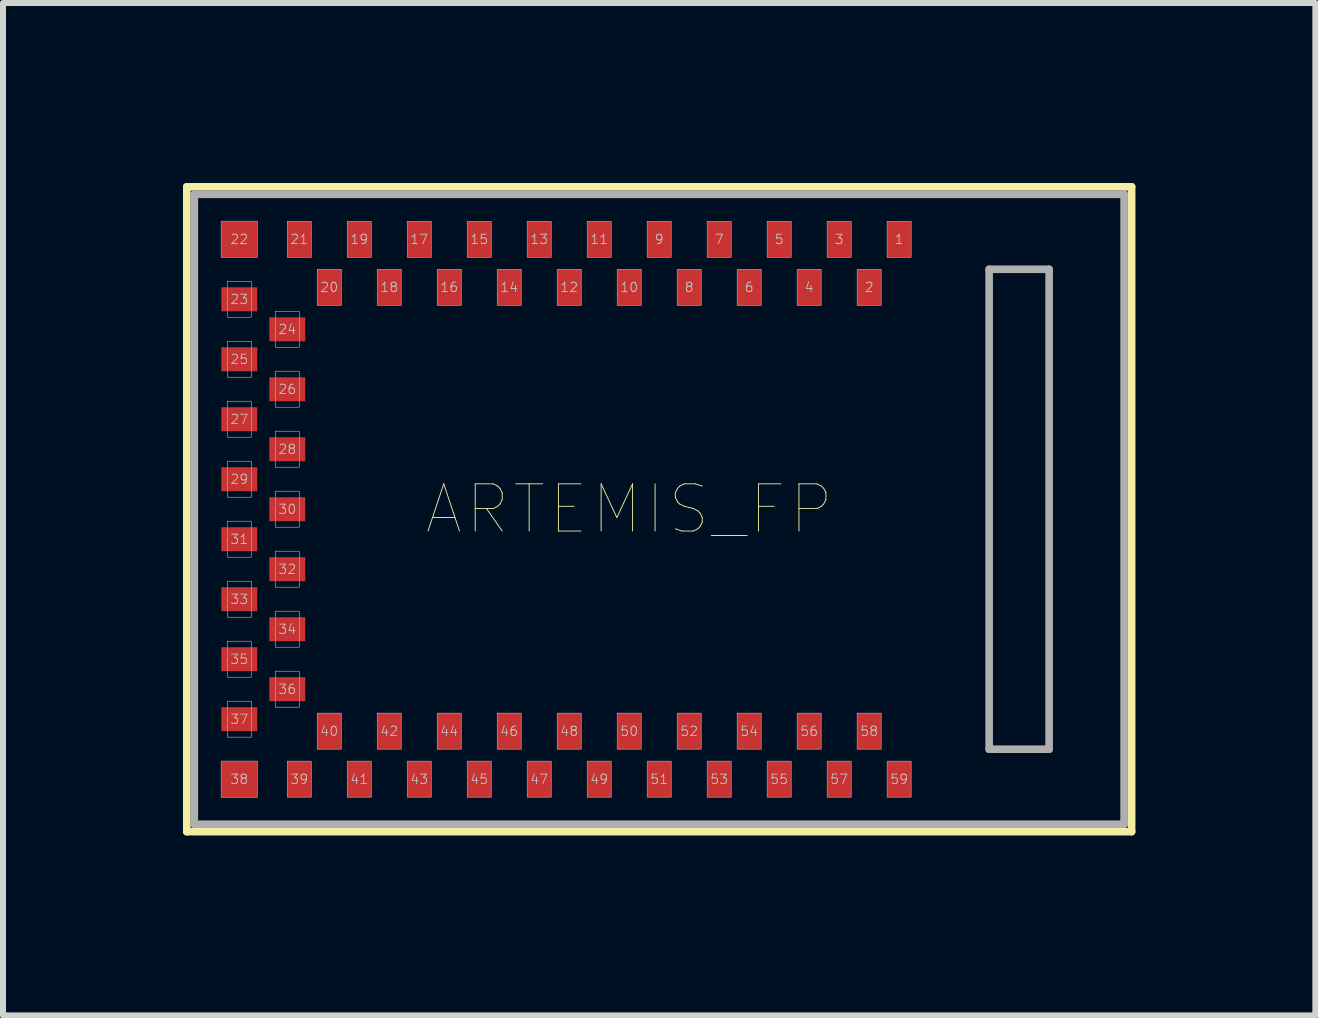
<source format=kicad_pcb>
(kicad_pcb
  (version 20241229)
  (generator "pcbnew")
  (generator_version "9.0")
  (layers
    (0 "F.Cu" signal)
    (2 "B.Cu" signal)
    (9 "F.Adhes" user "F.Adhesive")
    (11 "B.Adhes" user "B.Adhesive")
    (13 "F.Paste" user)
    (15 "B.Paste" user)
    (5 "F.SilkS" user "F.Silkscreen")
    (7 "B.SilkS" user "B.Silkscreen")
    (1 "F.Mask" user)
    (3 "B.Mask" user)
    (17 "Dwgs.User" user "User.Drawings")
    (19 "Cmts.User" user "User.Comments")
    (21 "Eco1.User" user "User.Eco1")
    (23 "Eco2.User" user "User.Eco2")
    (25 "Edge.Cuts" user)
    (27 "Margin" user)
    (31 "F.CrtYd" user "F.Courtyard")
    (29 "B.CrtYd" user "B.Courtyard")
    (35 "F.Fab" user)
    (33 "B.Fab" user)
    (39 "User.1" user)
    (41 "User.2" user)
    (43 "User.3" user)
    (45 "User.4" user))
  (footprint "ARTEMIS_FP"
    (layer "F.Cu")
    (at 7.439 5.439)
    (property "Reference" "ARTEMIS_FP" (at 0 0 0) (layer "F.SilkS") (effects (font (size 0.787 0.787) (thickness 0.015))))
    (attr through_hole)
    (fp_line (start -7.375 -5.375) (end -7.375 5.375) (stroke (width 0.127) (type solid)) (layer "F.SilkS"))
    (fp_line (start -7.375 5.375) (end 8.375 5.375) (stroke (width 0.127) (type solid)) (layer "F.SilkS"))
    (fp_line (start 8.375 -5.375) (end -7.375 -5.375) (stroke (width 0.127) (type solid)) (layer "F.SilkS"))
    (fp_line (start 8.375 5.375) (end 8.375 -5.375) (stroke (width 0.127) (type solid)) (layer "F.SilkS"))
    (fp_line (start -7.25 -5.25) (end -7.25 5.25) (stroke (width 0.127) (type solid)) (layer "F.Fab"))
    (fp_line (start -7.25 5.25) (end 8.25 5.25) (stroke (width 0.127) (type solid)) (layer "F.Fab"))
    (fp_line (start 6 -4) (end 7 -4) (stroke (width 0.127) (type solid)) (layer "F.Fab"))
    (fp_line (start 6 4) (end 6 -4) (stroke (width 0.127) (type solid)) (layer "F.Fab"))
    (fp_line (start 7 -4) (end 7 4) (stroke (width 0.127) (type solid)) (layer "F.Fab"))
    (fp_line (start 7 4) (end 6 4) (stroke (width 0.127) (type solid)) (layer "F.Fab"))
    (fp_line (start 8.25 -5.25) (end -7.25 -5.25) (stroke (width 0.127) (type solid)) (layer "F.Fab"))
    (fp_line (start 8.25 5.25) (end 8.25 -5.25) (stroke (width 0.127) (type solid)) (layer "F.Fab"))
    (fp_poly (pts (xy -6.802 -4.802) (xy -6.198 -4.802) (xy -6.198 -4.198) (xy -6.802 -4.198)) (stroke (width 0.01) (type solid)) (fill no) (layer "F.Fab"))
    (fp_poly (pts (xy -6.802 4.198) (xy -6.198 4.198) (xy -6.198 4.802) (xy -6.802 4.802)) (stroke (width 0.01) (type solid)) (fill no) (layer "F.Fab"))
    (fp_poly (pts (xy -6.7 -3.8) (xy -6.3 -3.8) (xy -6.3 -3.2) (xy -6.7 -3.2)) (stroke (width 0.01) (type solid)) (fill no) (layer "F.Fab"))
    (fp_poly (pts (xy -6.7 -2.8) (xy -6.3 -2.8) (xy -6.3 -2.2) (xy -6.7 -2.2)) (stroke (width 0.01) (type solid)) (fill no) (layer "F.Fab"))
    (fp_poly (pts (xy -6.7 -1.8) (xy -6.3 -1.8) (xy -6.3 -1.2) (xy -6.7 -1.2)) (stroke (width 0.01) (type solid)) (fill no) (layer "F.Fab"))
    (fp_poly (pts (xy -6.7 -0.8) (xy -6.3 -0.8) (xy -6.3 -0.2) (xy -6.7 -0.2)) (stroke (width 0.01) (type solid)) (fill no) (layer "F.Fab"))
    (fp_poly (pts (xy -6.7 0.2) (xy -6.3 0.2) (xy -6.3 0.8) (xy -6.7 0.8)) (stroke (width 0.01) (type solid)) (fill no) (layer "F.Fab"))
    (fp_poly (pts (xy -6.7 1.2) (xy -6.3 1.2) (xy -6.3 1.8) (xy -6.7 1.8)) (stroke (width 0.01) (type solid)) (fill no) (layer "F.Fab"))
    (fp_poly (pts (xy -6.7 2.2) (xy -6.3 2.2) (xy -6.3 2.8) (xy -6.7 2.8)) (stroke (width 0.01) (type solid)) (fill no) (layer "F.Fab"))
    (fp_poly (pts (xy -6.7 3.2) (xy -6.3 3.2) (xy -6.3 3.8) (xy -6.7 3.8)) (stroke (width 0.01) (type solid)) (fill no) (layer "F.Fab"))
    (fp_poly (pts (xy -5.9 -3.3) (xy -5.5 -3.3) (xy -5.5 -2.7) (xy -5.9 -2.7)) (stroke (width 0.01) (type solid)) (fill no) (layer "F.Fab"))
    (fp_poly (pts (xy -5.9 -2.3) (xy -5.5 -2.3) (xy -5.5 -1.7) (xy -5.9 -1.7)) (stroke (width 0.01) (type solid)) (fill no) (layer "F.Fab"))
    (fp_poly (pts (xy -5.9 -1.3) (xy -5.5 -1.3) (xy -5.5 -0.7) (xy -5.9 -0.7)) (stroke (width 0.01) (type solid)) (fill no) (layer "F.Fab"))
    (fp_poly (pts (xy -5.9 -0.3) (xy -5.5 -0.3) (xy -5.5 0.3) (xy -5.9 0.3)) (stroke (width 0.01) (type solid)) (fill no) (layer "F.Fab"))
    (fp_poly (pts (xy -5.9 0.7) (xy -5.5 0.7) (xy -5.5 1.3) (xy -5.9 1.3)) (stroke (width 0.01) (type solid)) (fill no) (layer "F.Fab"))
    (fp_poly (pts (xy -5.9 1.7) (xy -5.5 1.7) (xy -5.5 2.3) (xy -5.9 2.3)) (stroke (width 0.01) (type solid)) (fill no) (layer "F.Fab"))
    (fp_poly (pts (xy -5.9 2.7) (xy -5.5 2.7) (xy -5.5 3.3) (xy -5.9 3.3)) (stroke (width 0.01) (type solid)) (fill no) (layer "F.Fab"))
    (fp_poly (pts (xy -5.7 -4.8) (xy -5.3 -4.8) (xy -5.3 -4.2) (xy -5.7 -4.2)) (stroke (width 0.01) (type solid)) (fill no) (layer "F.Fab"))
    (fp_poly (pts (xy -5.7 4.2) (xy -5.3 4.2) (xy -5.3 4.8) (xy -5.7 4.8)) (stroke (width 0.01) (type solid)) (fill no) (layer "F.Fab"))
    (fp_poly (pts (xy -5.2 -4) (xy -4.8 -4) (xy -4.8 -3.4) (xy -5.2 -3.4)) (stroke (width 0.01) (type solid)) (fill no) (layer "F.Fab"))
    (fp_poly (pts (xy -5.2 3.4) (xy -4.8 3.4) (xy -4.8 4) (xy -5.2 4)) (stroke (width 0.01) (type solid)) (fill no) (layer "F.Fab"))
    (fp_poly (pts (xy -4.7 -4.8) (xy -4.3 -4.8) (xy -4.3 -4.2) (xy -4.7 -4.2)) (stroke (width 0.01) (type solid)) (fill no) (layer "F.Fab"))
    (fp_poly (pts (xy -4.7 4.2) (xy -4.3 4.2) (xy -4.3 4.8) (xy -4.7 4.8)) (stroke (width 0.01) (type solid)) (fill no) (layer "F.Fab"))
    (fp_poly (pts (xy -4.2 -4) (xy -3.8 -4) (xy -3.8 -3.4) (xy -4.2 -3.4)) (stroke (width 0.01) (type solid)) (fill no) (layer "F.Fab"))
    (fp_poly (pts (xy -4.2 3.4) (xy -3.8 3.4) (xy -3.8 4) (xy -4.2 4)) (stroke (width 0.01) (type solid)) (fill no) (layer "F.Fab"))
    (fp_poly (pts (xy -3.7 -4.8) (xy -3.3 -4.8) (xy -3.3 -4.2) (xy -3.7 -4.2)) (stroke (width 0.01) (type solid)) (fill no) (layer "F.Fab"))
    (fp_poly (pts (xy -3.7 4.2) (xy -3.3 4.2) (xy -3.3 4.8) (xy -3.7 4.8)) (stroke (width 0.01) (type solid)) (fill no) (layer "F.Fab"))
    (fp_poly (pts (xy -3.2 -4) (xy -2.8 -4) (xy -2.8 -3.4) (xy -3.2 -3.4)) (stroke (width 0.01) (type solid)) (fill no) (layer "F.Fab"))
    (fp_poly (pts (xy -3.2 3.4) (xy -2.8 3.4) (xy -2.8 4) (xy -3.2 4)) (stroke (width 0.01) (type solid)) (fill no) (layer "F.Fab"))
    (fp_poly (pts (xy -2.7 -4.8) (xy -2.3 -4.8) (xy -2.3 -4.2) (xy -2.7 -4.2)) (stroke (width 0.01) (type solid)) (fill no) (layer "F.Fab"))
    (fp_poly (pts (xy -2.7 4.2) (xy -2.3 4.2) (xy -2.3 4.8) (xy -2.7 4.8)) (stroke (width 0.01) (type solid)) (fill no) (layer "F.Fab"))
    (fp_poly (pts (xy -2.2 -4) (xy -1.8 -4) (xy -1.8 -3.4) (xy -2.2 -3.4)) (stroke (width 0.01) (type solid)) (fill no) (layer "F.Fab"))
    (fp_poly (pts (xy -2.2 3.4) (xy -1.8 3.4) (xy -1.8 4) (xy -2.2 4)) (stroke (width 0.01) (type solid)) (fill no) (layer "F.Fab"))
    (fp_poly (pts (xy -1.7 -4.8) (xy -1.3 -4.8) (xy -1.3 -4.2) (xy -1.7 -4.2)) (stroke (width 0.01) (type solid)) (fill no) (layer "F.Fab"))
    (fp_poly (pts (xy -1.7 4.2) (xy -1.3 4.2) (xy -1.3 4.8) (xy -1.7 4.8)) (stroke (width 0.01) (type solid)) (fill no) (layer "F.Fab"))
    (fp_poly (pts (xy -1.2 -4) (xy -0.8 -4) (xy -0.8 -3.4) (xy -1.2 -3.4)) (stroke (width 0.01) (type solid)) (fill no) (layer "F.Fab"))
    (fp_poly (pts (xy -1.2 3.4) (xy -0.8 3.4) (xy -0.8 4) (xy -1.2 4)) (stroke (width 0.01) (type solid)) (fill no) (layer "F.Fab"))
    (fp_poly (pts (xy -0.7 -4.8) (xy -0.3 -4.8) (xy -0.3 -4.2) (xy -0.7 -4.2)) (stroke (width 0.01) (type solid)) (fill no) (layer "F.Fab"))
    (fp_poly (pts (xy -0.7 4.2) (xy -0.3 4.2) (xy -0.3 4.8) (xy -0.7 4.8)) (stroke (width 0.01) (type solid)) (fill no) (layer "F.Fab"))
    (fp_poly (pts (xy -0.2 -4) (xy 0.2 -4) (xy 0.2 -3.4) (xy -0.2 -3.4)) (stroke (width 0.01) (type solid)) (fill no) (layer "F.Fab"))
    (fp_poly (pts (xy -0.2 3.4) (xy 0.2 3.4) (xy 0.2 4) (xy -0.2 4)) (stroke (width 0.01) (type solid)) (fill no) (layer "F.Fab"))
    (fp_poly (pts (xy 0.3 -4.8) (xy 0.7 -4.8) (xy 0.7 -4.2) (xy 0.3 -4.2)) (stroke (width 0.01) (type solid)) (fill no) (layer "F.Fab"))
    (fp_poly (pts (xy 0.3 4.2) (xy 0.7 4.2) (xy 0.7 4.8) (xy 0.3 4.8)) (stroke (width 0.01) (type solid)) (fill no) (layer "F.Fab"))
    (fp_poly (pts (xy 0.8 -4) (xy 1.2 -4) (xy 1.2 -3.4) (xy 0.8 -3.4)) (stroke (width 0.01) (type solid)) (fill no) (layer "F.Fab"))
    (fp_poly (pts (xy 0.8 3.4) (xy 1.2 3.4) (xy 1.2 4) (xy 0.8 4)) (stroke (width 0.01) (type solid)) (fill no) (layer "F.Fab"))
    (fp_poly (pts (xy 1.3 -4.8) (xy 1.7 -4.8) (xy 1.7 -4.2) (xy 1.3 -4.2)) (stroke (width 0.01) (type solid)) (fill no) (layer "F.Fab"))
    (fp_poly (pts (xy 1.3 4.2) (xy 1.7 4.2) (xy 1.7 4.8) (xy 1.3 4.8)) (stroke (width 0.01) (type solid)) (fill no) (layer "F.Fab"))
    (fp_poly (pts (xy 1.8 -4) (xy 2.2 -4) (xy 2.2 -3.4) (xy 1.8 -3.4)) (stroke (width 0.01) (type solid)) (fill no) (layer "F.Fab"))
    (fp_poly (pts (xy 1.8 3.4) (xy 2.2 3.4) (xy 2.2 4) (xy 1.8 4)) (stroke (width 0.01) (type solid)) (fill no) (layer "F.Fab"))
    (fp_poly (pts (xy 2.3 -4.8) (xy 2.7 -4.8) (xy 2.7 -4.2) (xy 2.3 -4.2)) (stroke (width 0.01) (type solid)) (fill no) (layer "F.Fab"))
    (fp_poly (pts (xy 2.3 4.2) (xy 2.7 4.2) (xy 2.7 4.8) (xy 2.3 4.8)) (stroke (width 0.01) (type solid)) (fill no) (layer "F.Fab"))
    (fp_poly (pts (xy 2.8 -4) (xy 3.2 -4) (xy 3.2 -3.4) (xy 2.8 -3.4)) (stroke (width 0.01) (type solid)) (fill no) (layer "F.Fab"))
    (fp_poly (pts (xy 2.8 3.4) (xy 3.2 3.4) (xy 3.2 4) (xy 2.8 4)) (stroke (width 0.01) (type solid)) (fill no) (layer "F.Fab"))
    (fp_poly (pts (xy 3.3 -4.8) (xy 3.7 -4.8) (xy 3.7 -4.2) (xy 3.3 -4.2)) (stroke (width 0.01) (type solid)) (fill no) (layer "F.Fab"))
    (fp_poly (pts (xy 3.3 4.2) (xy 3.7 4.2) (xy 3.7 4.8) (xy 3.3 4.8)) (stroke (width 0.01) (type solid)) (fill no) (layer "F.Fab"))
    (fp_poly (pts (xy 3.8 -4) (xy 4.2 -4) (xy 4.2 -3.4) (xy 3.8 -3.4)) (stroke (width 0.01) (type solid)) (fill no) (layer "F.Fab"))
    (fp_poly (pts (xy 3.8 3.4) (xy 4.2 3.4) (xy 4.2 4) (xy 3.8 4)) (stroke (width 0.01) (type solid)) (fill no) (layer "F.Fab"))
    (fp_poly (pts (xy 4.3 -4.8) (xy 4.7 -4.8) (xy 4.7 -4.2) (xy 4.3 -4.2)) (stroke (width 0.01) (type solid)) (fill no) (layer "F.Fab"))
    (fp_poly (pts (xy 4.3 4.2) (xy 4.7 4.2) (xy 4.7 4.8) (xy 4.3 4.8)) (stroke (width 0.01) (type solid)) (fill no) (layer "F.Fab"))
    (fp_text user "34" (at -5.7 2 0) (layer "Dwgs.User") (effects (font (size 0.157 0.157) (thickness 0.015))))
    (fp_text user "24" (at -5.7 -3 0) (layer "Dwgs.User") (effects (font (size 0.157 0.157) (thickness 0.015))))
    (fp_text user "32" (at -5.7 1 0) (layer "Dwgs.User") (effects (font (size 0.157 0.157) (thickness 0.015))))
    (fp_text user "11" (at -0.5 -4.5 0) (layer "Dwgs.User") (effects (font (size 0.157 0.157) (thickness 0.015))))
    (fp_text user "43" (at -3.5 4.5 0) (layer "Dwgs.User") (effects (font (size 0.157 0.157) (thickness 0.015))))
    (fp_text user "12" (at -1 -3.7 0) (layer "Dwgs.User") (effects (font (size 0.157 0.157) (thickness 0.015))))
    (fp_text user "33" (at -6.5 1.5 0) (layer "Dwgs.User") (effects (font (size 0.157 0.157) (thickness 0.015))))
    (fp_text user "22" (at -6.5 -4.5 0) (layer "Dwgs.User") (effects (font (size 0.157 0.157) (thickness 0.015))))
    (fp_text user "1" (at 4.5 -4.5 0) (layer "Dwgs.User") (effects (font (size 0.157 0.157) (thickness 0.015))))
    (fp_text user "6" (at 2 -3.7 0) (layer "Dwgs.User") (effects (font (size 0.157 0.157) (thickness 0.015))))
    (fp_text user "48" (at -1 3.7 0) (layer "Dwgs.User") (effects (font (size 0.157 0.157) (thickness 0.015))))
    (fp_text user "55" (at 2.5 4.5 0) (layer "Dwgs.User") (effects (font (size 0.157 0.157) (thickness 0.015))))
    (fp_text user "51" (at 0.5 4.5 0) (layer "Dwgs.User") (effects (font (size 0.157 0.157) (thickness 0.015))))
    (fp_text user "44" (at -3 3.7 0) (layer "Dwgs.User") (effects (font (size 0.157 0.157) (thickness 0.015))))
    (fp_text user "36" (at -5.7 3 0) (layer "Dwgs.User") (effects (font (size 0.157 0.157) (thickness 0.015))))
    (fp_text user "30" (at -5.7 0 0) (layer "Dwgs.User") (effects (font (size 0.157 0.157) (thickness 0.015))))
    (fp_text user "49" (at -0.5 4.5 0) (layer "Dwgs.User") (effects (font (size 0.157 0.157) (thickness 0.015))))
    (fp_text user "38" (at -6.5 4.5 0) (layer "Dwgs.User") (effects (font (size 0.157 0.157) (thickness 0.015))))
    (fp_text user "2" (at 4 -3.7 0) (layer "Dwgs.User") (effects (font (size 0.157 0.157) (thickness 0.015))))
    (fp_text user "37" (at -6.5 3.5 0) (layer "Dwgs.User") (effects (font (size 0.157 0.157) (thickness 0.015))))
    (fp_text user "21" (at -5.5 -4.5 0) (layer "Dwgs.User") (effects (font (size 0.157 0.157) (thickness 0.015))))
    (fp_text user "40" (at -5 3.7 0) (layer "Dwgs.User") (effects (font (size 0.157 0.157) (thickness 0.015))))
    (fp_text user "8" (at 1 -3.7 0) (layer "Dwgs.User") (effects (font (size 0.157 0.157) (thickness 0.015))))
    (fp_text user "46" (at -2 3.7 0) (layer "Dwgs.User") (effects (font (size 0.157 0.157) (thickness 0.015))))
    (fp_text user "53" (at 1.5 4.5 0) (layer "Dwgs.User") (effects (font (size 0.157 0.157) (thickness 0.015))))
    (fp_text user "31" (at -6.5 0.5 0) (layer "Dwgs.User") (effects (font (size 0.157 0.157) (thickness 0.015))))
    (fp_text user "27" (at -6.5 -1.5 0) (layer "Dwgs.User") (effects (font (size 0.157 0.157) (thickness 0.015))))
    (fp_text user "19" (at -4.5 -4.5 0) (layer "Dwgs.User") (effects (font (size 0.157 0.157) (thickness 0.015))))
    (fp_text user "26" (at -5.7 -2 0) (layer "Dwgs.User") (effects (font (size 0.157 0.157) (thickness 0.015))))
    (fp_text user "54" (at 2 3.7 0) (layer "Dwgs.User") (effects (font (size 0.157 0.157) (thickness 0.015))))
    (fp_text user "16" (at -3 -3.7 0) (layer "Dwgs.User") (effects (font (size 0.157 0.157) (thickness 0.015))))
    (fp_text user "58" (at 4 3.7 0) (layer "Dwgs.User") (effects (font (size 0.157 0.157) (thickness 0.015))))
    (fp_text user "14" (at -2 -3.7 0) (layer "Dwgs.User") (effects (font (size 0.157 0.157) (thickness 0.015))))
    (fp_text user "29" (at -6.5 -0.5 0) (layer "Dwgs.User") (effects (font (size 0.157 0.157) (thickness 0.015))))
    (fp_text user "45" (at -2.5 4.5 0) (layer "Dwgs.User") (effects (font (size 0.157 0.157) (thickness 0.015))))
    (fp_text user "18" (at -4 -3.7 0) (layer "Dwgs.User") (effects (font (size 0.157 0.157) (thickness 0.015))))
    (fp_text user "41" (at -4.5 4.5 0) (layer "Dwgs.User") (effects (font (size 0.157 0.157) (thickness 0.015))))
    (fp_text user "57" (at 3.5 4.5 0) (layer "Dwgs.User") (effects (font (size 0.157 0.157) (thickness 0.015))))
    (fp_text user "7" (at 1.5 -4.5 0) (layer "Dwgs.User") (effects (font (size 0.157 0.157) (thickness 0.015))))
    (fp_text user "5" (at 2.5 -4.5 0) (layer "Dwgs.User") (effects (font (size 0.157 0.157) (thickness 0.015))))
    (fp_text user "56" (at 3 3.7 0) (layer "Dwgs.User") (effects (font (size 0.157 0.157) (thickness 0.015))))
    (fp_text user "39" (at -5.5 4.5 0) (layer "Dwgs.User") (effects (font (size 0.157 0.157) (thickness 0.015))))
    (fp_text user "52" (at 1 3.7 0) (layer "Dwgs.User") (effects (font (size 0.157 0.157) (thickness 0.015))))
    (fp_text user "15" (at -2.5 -4.5 0) (layer "Dwgs.User") (effects (font (size 0.157 0.157) (thickness 0.015))))
    (fp_text user "28" (at -5.7 -1 0) (layer "Dwgs.User") (effects (font (size 0.157 0.157) (thickness 0.015))))
    (fp_text user "13" (at -1.5 -4.5 0) (layer "Dwgs.User") (effects (font (size 0.157 0.157) (thickness 0.015))))
    (fp_text user "23" (at -6.5 -3.5 0) (layer "Dwgs.User") (effects (font (size 0.157 0.157) (thickness 0.015))))
    (fp_text user "50" (at 0 3.7 0) (layer "Dwgs.User") (effects (font (size 0.157 0.157) (thickness 0.015))))
    (fp_text user "47" (at -1.5 4.5 0) (layer "Dwgs.User") (effects (font (size 0.157 0.157) (thickness 0.015))))
    (fp_text user "4" (at 3 -3.7 0) (layer "Dwgs.User") (effects (font (size 0.157 0.157) (thickness 0.015))))
    (fp_text user "25" (at -6.5 -2.5 0) (layer "Dwgs.User") (effects (font (size 0.157 0.157) (thickness 0.015))))
    (fp_text user "10" (at 0 -3.7 0) (layer "Dwgs.User") (effects (font (size 0.157 0.157) (thickness 0.015))))
    (fp_text user "20" (at -5 -3.7 0) (layer "Dwgs.User") (effects (font (size 0.157 0.157) (thickness 0.015))))
    (fp_text user "42" (at -4 3.7 0) (layer "Dwgs.User") (effects (font (size 0.157 0.157) (thickness 0.015))))
    (fp_text user "3" (at 3.5 -4.5 0) (layer "Dwgs.User") (effects (font (size 0.157 0.157) (thickness 0.015))))
    (fp_text user "17" (at -3.5 -4.5 0) (layer "Dwgs.User") (effects (font (size 0.157 0.157) (thickness 0.015))))
    (fp_text user "9" (at 0.5 -4.5 0) (layer "Dwgs.User") (effects (font (size 0.157 0.157) (thickness 0.015))))
    (fp_text user "35" (at -6.5 2.5 0) (layer "Dwgs.User") (effects (font (size 0.157 0.157) (thickness 0.015))))
    (fp_text user "59" (at 4.5 4.5 0) (layer "Dwgs.User") (effects (font (size 0.157 0.157) (thickness 0.015))))
    (pad "AD16" smd rect (at -4 3.7) (size 0.4 0.6) (layers "F.Cu" "F.Mask" "F.Paste"))
    (pad "AD34" smd rect (at -6.5 0.5) (size 0.6 0.4) (layers "F.Cu" "F.Mask" "F.Paste"))
    (pad "BOOT" smd rect (at 1.5 -4.5) (size 0.4 0.6) (layers "F.Cu" "F.Mask" "F.Paste"))
    (pad "D0" smd rect (at 0.5 4.5) (size 0.4 0.6) (layers "F.Cu" "F.Mask" "F.Paste"))
    (pad "D1" smd rect (at -0.5 4.5) (size 0.4 0.6) (layers "F.Cu" "F.Mask" "F.Paste"))
    (pad "D2" smd rect (at -1 3.7) (size 0.4 0.6) (layers "F.Cu" "F.Mask" "F.Paste"))
    (pad "D3" smd rect (at 2 3.7) (size 0.4 0.6) (layers "F.Cu" "F.Mask" "F.Paste"))
    (pad "D7" smd rect (at -1.5 -4.5) (size 0.4 0.6) (layers "F.Cu" "F.Mask" "F.Paste"))
    (pad "D8" smd rect (at -0.5 -4.5) (size 0.4 0.6) (layers "F.Cu" "F.Mask" "F.Paste"))
    (pad "D9" smd rect (at 2 -3.7) (size 0.4 0.6) (layers "F.Cu" "F.Mask" "F.Paste"))
    (pad "D10" smd rect (at 1 -3.7) (size 0.4 0.6) (layers "F.Cu" "F.Mask" "F.Paste"))
    (pad "D14" smd rect (at -5 -3.7) (size 0.4 0.6) (layers "F.Cu" "F.Mask" "F.Paste"))
    (pad "D15" smd rect (at -6.5 -0.5) (size 0.6 0.4) (layers "F.Cu" "F.Mask" "F.Paste"))
    (pad "D17" smd rect (at -3.5 4.5) (size 0.4 0.6) (layers "F.Cu" "F.Mask" "F.Paste"))
    (pad "D36" smd rect (at 2.5 4.5) (size 0.4 0.6) (layers "F.Cu" "F.Mask" "F.Paste"))
    (pad "D38" smd rect (at 3 3.7) (size 0.4 0.6) (layers "F.Cu" "F.Mask" "F.Paste"))
    (pad "D40" smd rect (at 2.5 -4.5) (size 0.4 0.6) (layers "F.Cu" "F.Mask" "F.Paste"))
    (pad "D41" smd rect (at -2.5 4.5) (size 0.4 0.6) (layers "F.Cu" "F.Mask" "F.Paste"))
    (pad "GND@1" smd rect (at 4.5 -4.5) (size 0.4 0.6) (layers "F.Cu" "F.Mask" "F.Paste"))
    (pad "GND@22" smd rect (at -6.5 -4.5) (size 0.6 0.6) (layers "F.Cu" "F.Mask" "F.Paste"))
    (pad "GND@38" smd rect (at -6.5 4.5) (size 0.6 0.6) (layers "F.Cu" "F.Mask" "F.Paste"))
    (pad "GND@39" smd rect (at -5.5 4.5) (size 0.4 0.6) (layers "F.Cu" "F.Mask" "F.Paste"))
    (pad "GND@47" smd rect (at -1.5 4.5) (size 0.4 0.6) (layers "F.Cu" "F.Mask" "F.Paste"))
    (pad "GND@59" smd rect (at 4.5 4.5) (size 0.4 0.6) (layers "F.Cu" "F.Mask" "F.Paste"))
    (pad "RXI0" smd rect (at 3.5 -4.5) (size 0.4 0.6) (layers "F.Cu" "F.Mask" "F.Paste"))
    (pad "SWDCK" smd rect (at 4 -3.7) (size 0.4 0.6) (layers "F.Cu" "F.Mask" "F.Paste"))
    (pad "SWDIO" smd rect (at 0 -3.7) (size 0.4 0.6) (layers "F.Cu" "F.Mask" "F.Paste"))
    (pad "TXO0" smd rect (at 0.5 -4.5) (size 0.4 0.6) (layers "F.Cu" "F.Mask" "F.Paste"))
    (pad "VDD@36" smd rect (at -5.7 3) (size 0.6 0.4) (layers "F.Cu" "F.Mask" "F.Paste"))
    (pad "VDD@37" smd rect (at -6.5 3.5) (size 0.6 0.4) (layers "F.Cu" "F.Mask" "F.Paste"))
    (pad "XI" smd rect (at -6.5 2.5) (size 0.6 0.4) (layers "F.Cu" "F.Mask" "F.Paste"))
    (pad "XO" smd rect (at -5.7 2) (size 0.6 0.4) (layers "F.Cu" "F.Mask" "F.Paste"))
    (pad "~AD11" smd rect (at -5.7 1) (size 0.6 0.4) (layers "F.Cu" "F.Mask" "F.Paste"))
    (pad "~AD12" smd rect (at -5.7 -2) (size 0.6 0.4) (layers "F.Cu" "F.Mask" "F.Paste"))
    (pad "~AD13" smd rect (at -5.7 -1) (size 0.6 0.4) (layers "F.Cu" "F.Mask" "F.Paste"))
    (pad "~AD29" smd rect (at -6.5 1.5) (size 0.6 0.4) (layers "F.Cu" "F.Mask" "F.Paste"))
    (pad "~AD31" smd rect (at -3 3.7) (size 0.4 0.6) (layers "F.Cu" "F.Mask" "F.Paste"))
    (pad "~AD32" smd rect (at -5.7 -3) (size 0.6 0.4) (layers "F.Cu" "F.Mask" "F.Paste"))
    (pad "~AD33/SWO" smd rect (at -5.7 0) (size 0.6 0.4) (layers "F.Cu" "F.Mask" "F.Paste"))
    (pad "~AD35" smd rect (at -2 -3.7) (size 0.4 0.6) (layers "F.Cu" "F.Mask" "F.Paste"))
    (pad "~D4" smd rect (at -2.5 -4.5) (size 0.4 0.6) (layers "F.Cu" "F.Mask" "F.Paste"))
    (pad "~D5" smd rect (at -1 -3.7) (size 0.4 0.6) (layers "F.Cu" "F.Mask" "F.Paste"))
    (pad "~D6" smd rect (at -6.5 -3.5) (size 0.6 0.4) (layers "F.Cu" "F.Mask" "F.Paste"))
    (pad "~D18" smd rect (at -4.5 4.5) (size 0.4 0.6) (layers "F.Cu" "F.Mask" "F.Paste"))
    (pad "~D19" smd rect (at -5 3.7) (size 0.4 0.6) (layers "F.Cu" "F.Mask" "F.Paste"))
    (pad "~D22" smd rect (at -3.5 -4.5) (size 0.4 0.6) (layers "F.Cu" "F.Mask" "F.Paste"))
    (pad "~D23" smd rect (at -4 -3.7) (size 0.4 0.6) (layers "F.Cu" "F.Mask" "F.Paste"))
    (pad "~D24" smd rect (at -3 -3.7) (size 0.4 0.6) (layers "F.Cu" "F.Mask" "F.Paste"))
    (pad "~D25" smd rect (at -6.5 -2.5) (size 0.6 0.4) (layers "F.Cu" "F.Mask" "F.Paste"))
    (pad "~D26" smd rect (at -6.5 -1.5) (size 0.6 0.4) (layers "F.Cu" "F.Mask" "F.Paste"))
    (pad "~D27" smd rect (at -4.5 -4.5) (size 0.4 0.6) (layers "F.Cu" "F.Mask" "F.Paste"))
    (pad "~D28" smd rect (at -5.5 -4.5) (size 0.4 0.6) (layers "F.Cu" "F.Mask" "F.Paste"))
    (pad "~D37" smd rect (at 3.5 4.5) (size 0.4 0.6) (layers "F.Cu" "F.Mask" "F.Paste"))
    (pad "~D39" smd rect (at 3 -3.7) (size 0.4 0.6) (layers "F.Cu" "F.Mask" "F.Paste"))
    (pad "~D42" smd rect (at 1.5 4.5) (size 0.4 0.6) (layers "F.Cu" "F.Mask" "F.Paste"))
    (pad "~D43" smd rect (at 1 3.7) (size 0.4 0.6) (layers "F.Cu" "F.Mask" "F.Paste"))
    (pad "~D44" smd rect (at 4 3.7) (size 0.4 0.6) (layers "F.Cu" "F.Mask" "F.Paste"))
    (pad "~D45" smd rect (at -2 3.7) (size 0.4 0.6) (layers "F.Cu" "F.Mask" "F.Paste"))
    (pad "~RST" smd rect (at 0 3.7) (size 0.4 0.6) (layers "F.Cu" "F.Mask" "F.Paste")))
  (gr_rect
    (start -3 -3)
    (end 18.877 13.877)
    (stroke (width 0.1) (type default))
    (fill no)
    (layer "Edge.Cuts")))
</source>
